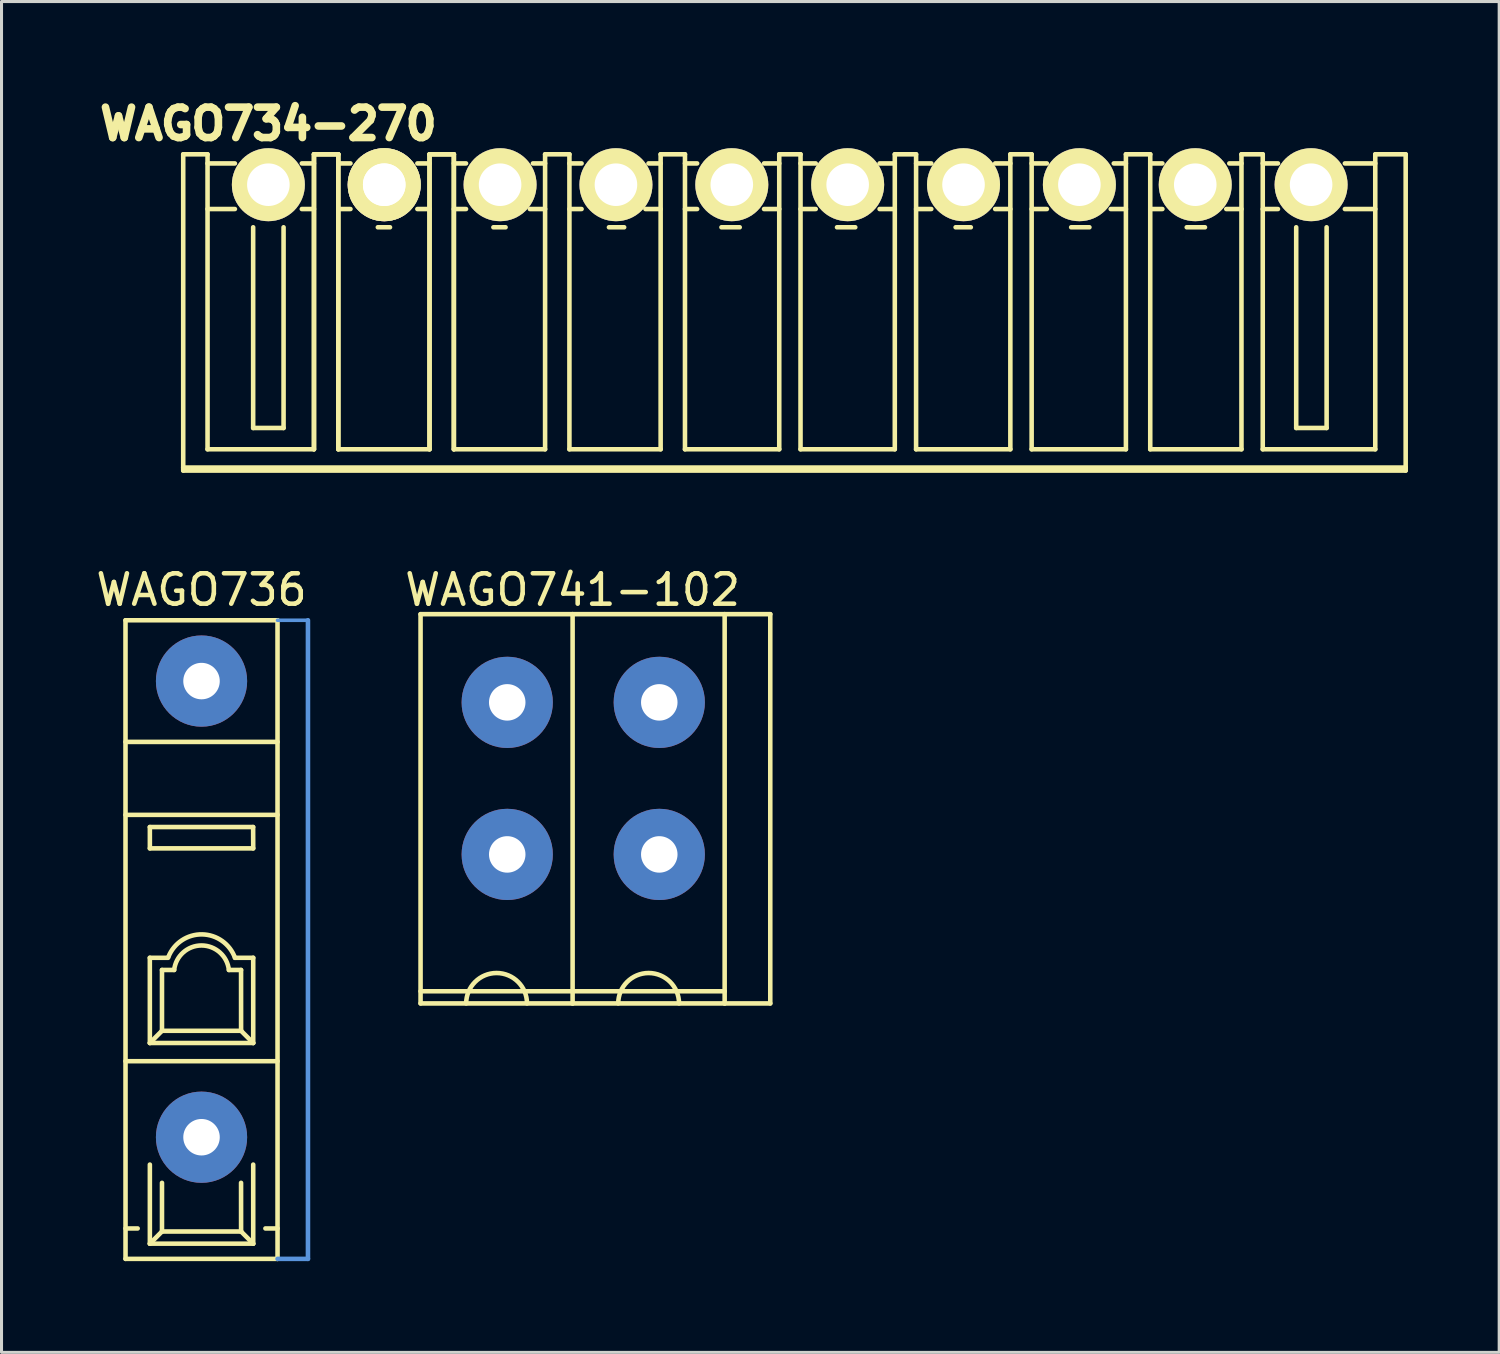
<source format=kicad_pcb>
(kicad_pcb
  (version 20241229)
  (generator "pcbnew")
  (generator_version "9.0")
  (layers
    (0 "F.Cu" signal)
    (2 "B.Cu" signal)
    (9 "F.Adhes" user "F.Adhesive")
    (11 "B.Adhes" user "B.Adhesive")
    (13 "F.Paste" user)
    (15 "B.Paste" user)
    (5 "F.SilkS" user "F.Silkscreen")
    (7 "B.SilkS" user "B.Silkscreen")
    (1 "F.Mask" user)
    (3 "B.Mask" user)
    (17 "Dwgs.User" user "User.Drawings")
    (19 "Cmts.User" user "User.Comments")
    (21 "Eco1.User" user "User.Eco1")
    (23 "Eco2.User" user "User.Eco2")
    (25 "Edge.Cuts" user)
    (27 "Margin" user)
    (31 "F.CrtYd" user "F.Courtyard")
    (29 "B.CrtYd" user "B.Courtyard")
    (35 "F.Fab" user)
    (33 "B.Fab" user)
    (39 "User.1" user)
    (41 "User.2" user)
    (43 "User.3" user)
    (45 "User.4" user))
  (footprint "WAGO741-102"
    (layer "F.Cu")
    (at 18.63 20.047)
    (property "Reference" "WAGO741-102" (at -2.85 -3.7 0) (layer "F.SilkS") (effects (font (size 1 1) (thickness 0.15))))
    (attr through_hole)
    (fp_line (start -7.85 -2.9) (end -7.85 9.9) (stroke (width 0.15) (type solid)) (layer "F.SilkS"))
    (fp_line (start -7.85 -2.9) (end -2.85 -2.9) (stroke (width 0.15) (type solid)) (layer "F.SilkS"))
    (fp_line (start -7.85 9.5) (end -2.85 9.5) (stroke (width 0.15) (type solid)) (layer "F.SilkS"))
    (fp_line (start -2.85 -2.9) (end -2.85 9.9) (stroke (width 0.15) (type solid)) (layer "F.SilkS"))
    (fp_line (start -2.85 -2.9) (end 2.15 -2.9) (stroke (width 0.15) (type solid)) (layer "F.SilkS"))
    (fp_line (start -2.85 9.5) (end 2.15 9.5) (stroke (width 0.15) (type solid)) (layer "F.SilkS"))
    (fp_line (start -2.85 9.9) (end -7.85 9.9) (stroke (width 0.15) (type solid)) (layer "F.SilkS"))
    (fp_line (start 2.15 -2.9) (end 2.15 9.9) (stroke (width 0.15) (type solid)) (layer "F.SilkS"))
    (fp_line (start 2.15 -2.9) (end 3.65 -2.9) (stroke (width 0.15) (type solid)) (layer "F.SilkS"))
    (fp_line (start 2.15 9.9) (end -2.85 9.9) (stroke (width 0.15) (type solid)) (layer "F.SilkS"))
    (fp_line (start 3.65 -2.9) (end 3.65 9.9) (stroke (width 0.15) (type solid)) (layer "F.SilkS"))
    (fp_line (start 3.65 9.9) (end 2.15 9.9) (stroke (width 0.15) (type solid)) (layer "F.SilkS"))
    (fp_arc (start -6.35 9.9) (mid -5.35 8.9) (end -4.35 9.9) (stroke (width 0.15) (type solid)) (layer "F.SilkS"))
    (fp_arc (start -1.35 9.9) (mid -0.35 8.9) (end 0.65 9.9) (stroke (width 0.15) (type solid)) (layer "F.SilkS"))
    (pad "1" thru_hole circle (at 0 0) (size 3 3) (drill 1.2) (layers "*.Cu" "*.Mask"))
    (pad "1" thru_hole circle (at 0 5) (size 3 3) (drill 1.2) (layers "*.Cu" "*.Mask"))
    (pad "2" thru_hole circle (at -5 0) (size 3 3) (drill 1.2) (layers "*.Cu" "*.Mask"))
    (pad "2" thru_hole circle (at -5 5) (size 3 3) (drill 1.2) (layers "*.Cu" "*.Mask")))
  (footprint "WAGO734-270"
    (layer "F.Cu")
    (at 5.775 3.024)
    (property "Reference" "WAGO734-270" (at 0 -2 0) (layer "F.SilkS") (effects (font (size 1 1) (thickness 0.25))))
    (attr through_hole)
    (fp_line (start -2.8 -1) (end -2.8 9.3) (stroke (width 0.15) (type solid)) (layer "F.SilkS"))
    (fp_line (start -2.8 -1) (end -2 -1) (stroke (width 0.15) (type solid)) (layer "F.SilkS"))
    (fp_line (start -2.8 9.3) (end -2.8 9.4) (stroke (width 0.15) (type solid)) (layer "F.SilkS"))
    (fp_line (start -2.8 9.3) (end 37.4 9.3) (stroke (width 0.15) (type solid)) (layer "F.SilkS"))
    (fp_line (start -2.8 9.4) (end 37.4 9.4) (stroke (width 0.15) (type solid)) (layer "F.SilkS"))
    (fp_line (start -2 -1) (end -2 8.7) (stroke (width 0.15) (type solid)) (layer "F.SilkS"))
    (fp_line (start -2 -0.7) (end -1.1 -0.7) (stroke (width 0.15) (type solid)) (layer "F.SilkS"))
    (fp_line (start -2 0.8) (end -1.1 0.8) (stroke (width 0.15) (type solid)) (layer "F.SilkS"))
    (fp_line (start -0.5 1.4) (end -0.5 8) (stroke (width 0.15) (type solid)) (layer "F.SilkS"))
    (fp_line (start -0.5 8) (end 0.5 8) (stroke (width 0.15) (type solid)) (layer "F.SilkS"))
    (fp_line (start 0.5 8) (end 0.5 1.4) (stroke (width 0.15) (type solid)) (layer "F.SilkS"))
    (fp_line (start 1.1 -0.7) (end 1.5 -0.7) (stroke (width 0.15) (type solid)) (layer "F.SilkS"))
    (fp_line (start 1.5 -1) (end 1.5 8.7) (stroke (width 0.15) (type solid)) (layer "F.SilkS"))
    (fp_line (start 1.5 -1) (end 1.5 8.7) (stroke (width 0.15) (type solid)) (layer "F.SilkS"))
    (fp_line (start 1.5 -1) (end 2.3 -1) (stroke (width 0.15) (type solid)) (layer "F.SilkS"))
    (fp_line (start 1.5 -1) (end 2.3 -1) (stroke (width 0.15) (type solid)) (layer "F.SilkS"))
    (fp_line (start 1.5 0.8) (end 1.1 0.8) (stroke (width 0.15) (type solid)) (layer "F.SilkS"))
    (fp_line (start 1.5 8.7) (end -2 8.7) (stroke (width 0.15) (type solid)) (layer "F.SilkS"))
    (fp_line (start 2.3 -1) (end 2.3 8.7) (stroke (width 0.15) (type solid)) (layer "F.SilkS"))
    (fp_line (start 2.3 -1) (end 2.3 8.7) (stroke (width 0.15) (type solid)) (layer "F.SilkS"))
    (fp_line (start 2.3 -0.7) (end 2.7 -0.7) (stroke (width 0.15) (type solid)) (layer "F.SilkS"))
    (fp_line (start 2.3 0.8) (end 2.7 0.8) (stroke (width 0.15) (type solid)) (layer "F.SilkS"))
    (fp_line (start 3.6 1.4) (end 4 1.4) (stroke (width 0.15) (type solid)) (layer "F.SilkS"))
    (fp_line (start 4.9 -0.7) (end 5.3 -0.7) (stroke (width 0.15) (type solid)) (layer "F.SilkS"))
    (fp_line (start 4.9 0.8) (end 5.3 0.8) (stroke (width 0.15) (type solid)) (layer "F.SilkS"))
    (fp_line (start 5.3 -1) (end 5.3 8.7) (stroke (width 0.15) (type solid)) (layer "F.SilkS"))
    (fp_line (start 5.3 -1) (end 5.3 8.7) (stroke (width 0.15) (type solid)) (layer "F.SilkS"))
    (fp_line (start 5.3 -1) (end 6.1 -1) (stroke (width 0.15) (type solid)) (layer "F.SilkS"))
    (fp_line (start 5.3 -1) (end 6.1 -1) (stroke (width 0.15) (type solid)) (layer "F.SilkS"))
    (fp_line (start 5.3 8.7) (end 2.3 8.7) (stroke (width 0.15) (type solid)) (layer "F.SilkS"))
    (fp_line (start 6.1 -1) (end 6.1 8.7) (stroke (width 0.15) (type solid)) (layer "F.SilkS"))
    (fp_line (start 6.1 -1) (end 6.1 8.7) (stroke (width 0.15) (type solid)) (layer "F.SilkS"))
    (fp_line (start 6.1 -0.7) (end 6.5 -0.7) (stroke (width 0.15) (type solid)) (layer "F.SilkS"))
    (fp_line (start 6.1 0.8) (end 6.5 0.8) (stroke (width 0.15) (type solid)) (layer "F.SilkS"))
    (fp_line (start 7.4 1.4) (end 7.8 1.4) (stroke (width 0.15) (type solid)) (layer "F.SilkS"))
    (fp_line (start 8.6 0.8) (end 9.1 0.8) (stroke (width 0.15) (type solid)) (layer "F.SilkS"))
    (fp_line (start 8.7 -0.7) (end 9.1 -0.7) (stroke (width 0.15) (type solid)) (layer "F.SilkS"))
    (fp_line (start 9.1 -1) (end 9.1 8.7) (stroke (width 0.15) (type solid)) (layer "F.SilkS"))
    (fp_line (start 9.1 -1) (end 9.9 -1) (stroke (width 0.15) (type solid)) (layer "F.SilkS"))
    (fp_line (start 9.1 8.7) (end 6.1 8.7) (stroke (width 0.15) (type solid)) (layer "F.SilkS"))
    (fp_line (start 9.9 -1) (end 9.9 8.7) (stroke (width 0.15) (type solid)) (layer "F.SilkS"))
    (fp_line (start 9.9 -0.7) (end 10.3 -0.7) (stroke (width 0.15) (type solid)) (layer "F.SilkS"))
    (fp_line (start 9.9 0.8) (end 10.3 0.8) (stroke (width 0.15) (type solid)) (layer "F.SilkS"))
    (fp_line (start 11.2 1.4) (end 11.7 1.4) (stroke (width 0.15) (type solid)) (layer "F.SilkS"))
    (fp_line (start 12.4 0.8) (end 12.9 0.8) (stroke (width 0.15) (type solid)) (layer "F.SilkS"))
    (fp_line (start 12.5 -0.7) (end 12.9 -0.7) (stroke (width 0.15) (type solid)) (layer "F.SilkS"))
    (fp_line (start 12.9 -1) (end 12.9 8.7) (stroke (width 0.15) (type solid)) (layer "F.SilkS"))
    (fp_line (start 12.9 8.7) (end 9.9 8.7) (stroke (width 0.15) (type solid)) (layer "F.SilkS"))
    (fp_line (start 13.7 -1) (end 12.9 -1) (stroke (width 0.15) (type solid)) (layer "F.SilkS"))
    (fp_line (start 13.7 -1) (end 13.7 8.7) (stroke (width 0.15) (type solid)) (layer "F.SilkS"))
    (fp_line (start 13.7 -0.7) (end 14.1 -0.7) (stroke (width 0.15) (type solid)) (layer "F.SilkS"))
    (fp_line (start 13.7 0.8) (end 14.1 0.8) (stroke (width 0.15) (type solid)) (layer "F.SilkS"))
    (fp_line (start 14.9 1.4) (end 15.5 1.4) (stroke (width 0.15) (type solid)) (layer "F.SilkS"))
    (fp_line (start 16.3 -0.7) (end 16.8 -0.7) (stroke (width 0.15) (type solid)) (layer "F.SilkS"))
    (fp_line (start 16.8 -1) (end 16.8 8.7) (stroke (width 0.15) (type solid)) (layer "F.SilkS"))
    (fp_line (start 16.8 -1) (end 17.5 -1) (stroke (width 0.15) (type solid)) (layer "F.SilkS"))
    (fp_line (start 16.8 0.8) (end 16.3 0.8) (stroke (width 0.15) (type solid)) (layer "F.SilkS"))
    (fp_line (start 16.8 8.7) (end 13.7 8.7) (stroke (width 0.15) (type solid)) (layer "F.SilkS"))
    (fp_line (start 17.5 -1) (end 17.5 8.7) (stroke (width 0.15) (type solid)) (layer "F.SilkS"))
    (fp_line (start 17.5 -0.7) (end 18 -0.7) (stroke (width 0.15) (type solid)) (layer "F.SilkS"))
    (fp_line (start 17.5 0.8) (end 18 0.8) (stroke (width 0.15) (type solid)) (layer "F.SilkS"))
    (fp_line (start 18.7 1.4) (end 19.3 1.4) (stroke (width 0.15) (type solid)) (layer "F.SilkS"))
    (fp_line (start 20.6 -1) (end 20.6 8.7) (stroke (width 0.15) (type solid)) (layer "F.SilkS"))
    (fp_line (start 20.6 -1) (end 21.3 -1) (stroke (width 0.15) (type solid)) (layer "F.SilkS"))
    (fp_line (start 20.6 -0.7) (end 20.1 -0.7) (stroke (width 0.15) (type solid)) (layer "F.SilkS"))
    (fp_line (start 20.6 0.8) (end 20.1 0.8) (stroke (width 0.15) (type solid)) (layer "F.SilkS"))
    (fp_line (start 20.6 8.7) (end 17.5 8.7) (stroke (width 0.15) (type solid)) (layer "F.SilkS"))
    (fp_line (start 21.3 -1) (end 21.3 8.7) (stroke (width 0.15) (type solid)) (layer "F.SilkS"))
    (fp_line (start 21.3 -0.7) (end 21.8 -0.7) (stroke (width 0.15) (type solid)) (layer "F.SilkS"))
    (fp_line (start 21.3 0.8) (end 21.8 0.8) (stroke (width 0.15) (type solid)) (layer "F.SilkS"))
    (fp_line (start 22.6 1.4) (end 23.1 1.4) (stroke (width 0.15) (type solid)) (layer "F.SilkS"))
    (fp_line (start 24.4 -1) (end 24.4 8.7) (stroke (width 0.15) (type solid)) (layer "F.SilkS"))
    (fp_line (start 24.4 -1) (end 25.1 -1) (stroke (width 0.15) (type solid)) (layer "F.SilkS"))
    (fp_line (start 24.4 -0.7) (end 23.9 -0.7) (stroke (width 0.15) (type solid)) (layer "F.SilkS"))
    (fp_line (start 24.4 0.8) (end 23.9 0.8) (stroke (width 0.15) (type solid)) (layer "F.SilkS"))
    (fp_line (start 24.4 8.7) (end 21.3 8.7) (stroke (width 0.15) (type solid)) (layer "F.SilkS"))
    (fp_line (start 25.1 -1) (end 25.1 8.7) (stroke (width 0.15) (type solid)) (layer "F.SilkS"))
    (fp_line (start 25.1 -0.7) (end 25.6 -0.7) (stroke (width 0.15) (type solid)) (layer "F.SilkS"))
    (fp_line (start 25.1 0.8) (end 25.6 0.8) (stroke (width 0.15) (type solid)) (layer "F.SilkS"))
    (fp_line (start 26.4 1.4) (end 27 1.4) (stroke (width 0.15) (type solid)) (layer "F.SilkS"))
    (fp_line (start 28.2 -1) (end 28.2 8.7) (stroke (width 0.15) (type solid)) (layer "F.SilkS"))
    (fp_line (start 28.2 -1) (end 29 -1) (stroke (width 0.15) (type solid)) (layer "F.SilkS"))
    (fp_line (start 28.2 -0.7) (end 27.8 -0.7) (stroke (width 0.15) (type solid)) (layer "F.SilkS"))
    (fp_line (start 28.2 0.8) (end 27.7 0.8) (stroke (width 0.15) (type solid)) (layer "F.SilkS"))
    (fp_line (start 28.2 8.7) (end 25.1 8.7) (stroke (width 0.15) (type solid)) (layer "F.SilkS"))
    (fp_line (start 29 -1) (end 29 8.7) (stroke (width 0.15) (type solid)) (layer "F.SilkS"))
    (fp_line (start 29 -0.7) (end 29.4 -0.7) (stroke (width 0.15) (type solid)) (layer "F.SilkS"))
    (fp_line (start 29 0.8) (end 29.4 0.8) (stroke (width 0.15) (type solid)) (layer "F.SilkS"))
    (fp_line (start 30.2 1.4) (end 30.8 1.4) (stroke (width 0.15) (type solid)) (layer "F.SilkS"))
    (fp_line (start 32 -1) (end 32 8.7) (stroke (width 0.15) (type solid)) (layer "F.SilkS"))
    (fp_line (start 32 -1) (end 32.7 -1) (stroke (width 0.15) (type solid)) (layer "F.SilkS"))
    (fp_line (start 32 -0.7) (end 31.6 -0.7) (stroke (width 0.15) (type solid)) (layer "F.SilkS"))
    (fp_line (start 32 0.8) (end 31.5 0.8) (stroke (width 0.15) (type solid)) (layer "F.SilkS"))
    (fp_line (start 32 8.7) (end 29 8.7) (stroke (width 0.15) (type solid)) (layer "F.SilkS"))
    (fp_line (start 32.7 -1) (end 32.7 8.7) (stroke (width 0.15) (type solid)) (layer "F.SilkS"))
    (fp_line (start 32.7 -0.7) (end 33.2 -0.7) (stroke (width 0.15) (type solid)) (layer "F.SilkS"))
    (fp_line (start 32.7 0.8) (end 33.2 0.8) (stroke (width 0.15) (type solid)) (layer "F.SilkS"))
    (fp_line (start 33.8 1.4) (end 33.8 8) (stroke (width 0.15) (type solid)) (layer "F.SilkS"))
    (fp_line (start 33.8 8) (end 34.8 8) (stroke (width 0.15) (type solid)) (layer "F.SilkS"))
    (fp_line (start 34.8 8) (end 34.8 1.4) (stroke (width 0.15) (type solid)) (layer "F.SilkS"))
    (fp_line (start 35.4 -0.7) (end 36.4 -0.7) (stroke (width 0.15) (type solid)) (layer "F.SilkS"))
    (fp_line (start 35.4 0.8) (end 36.4 0.8) (stroke (width 0.15) (type solid)) (layer "F.SilkS"))
    (fp_line (start 36.4 -1) (end 37.4 -1) (stroke (width 0.15) (type solid)) (layer "F.SilkS"))
    (fp_line (start 36.4 8.7) (end 32.7 8.7) (stroke (width 0.15) (type solid)) (layer "F.SilkS"))
    (fp_line (start 36.4 8.7) (end 36.4 -1) (stroke (width 0.15) (type solid)) (layer "F.SilkS"))
    (fp_line (start 37.4 -1) (end 37.4 9.3) (stroke (width 0.15) (type solid)) (layer "F.SilkS"))
    (fp_line (start 37.4 9.3) (end 37.4 9.4) (stroke (width 0.15) (type solid)) (layer "F.SilkS"))
    (pad "1" thru_hole circle (at 0 0) (size 2.4 2.4) (drill 1.4) (layers "*.Cu" "*.Mask" "F.SilkS"))
    (pad "2" thru_hole circle (at 3.81 0) (size 2.4 2.4) (drill 1.4) (layers "*.Cu" "*.Mask" "F.SilkS"))
    (pad "2" thru_hole circle (at 3.81 0) (size 2.4 2.4) (drill 1.4) (layers "*.Cu" "*.Mask" "F.SilkS"))
    (pad "3" thru_hole circle (at 7.62 0) (size 2.4 2.4) (drill 1.4) (layers "*.Cu" "*.Mask" "F.SilkS"))
    (pad "4" thru_hole circle (at 11.43 0) (size 2.4 2.4) (drill 1.4) (layers "*.Cu" "*.Mask" "F.SilkS"))
    (pad "5" thru_hole circle (at 15.24 0) (size 2.4 2.4) (drill 1.4) (layers "*.Cu" "*.Mask" "F.SilkS"))
    (pad "6" thru_hole circle (at 19.05 0) (size 2.4 2.4) (drill 1.4) (layers "*.Cu" "*.Mask" "F.SilkS"))
    (pad "7" thru_hole circle (at 22.86 0) (size 2.4 2.4) (drill 1.4) (layers "*.Cu" "*.Mask" "F.SilkS"))
    (pad "8" thru_hole circle (at 26.67 0) (size 2.4 2.4) (drill 1.4) (layers "*.Cu" "*.Mask" "F.SilkS"))
    (pad "9" thru_hole circle (at 30.48 0) (size 2.4 2.4) (drill 1.4) (layers "*.Cu" "*.Mask" "F.SilkS"))
    (pad "10" thru_hole circle (at 34.29 0) (size 2.4 2.4) (drill 1.4) (layers "*.Cu" "*.Mask" "F.SilkS")))
  (footprint "WAGO736"
    (layer "F.Cu")
    (at 3.577 34.347)
    (property "Reference" "WAGO736" (at 0 -18 0) (layer "F.SilkS") (effects (font (size 1 1) (thickness 0.15))))
    (attr through_hole)
    (fp_line (start -2.5 -17) (end 2.499 -17) (stroke (width 0.15) (type solid)) (layer "F.SilkS"))
    (fp_line (start -2.5 -13) (end 2.5 -13) (stroke (width 0.15) (type solid)) (layer "F.SilkS"))
    (fp_line (start -2.5 -2.5) (end 2.5 -2.5) (stroke (width 0.15) (type solid)) (layer "F.SilkS"))
    (fp_line (start -2.499 3) (end -2.1 3) (stroke (width 0.15) (type solid)) (layer "F.SilkS"))
    (fp_line (start -2.499 4) (end -2.5 -17) (stroke (width 0.15) (type solid)) (layer "F.SilkS"))
    (fp_line (start -2.499 4) (end 2.5 4) (stroke (width 0.15) (type solid)) (layer "F.SilkS"))
    (fp_line (start -1.699 -10.2) (end -1.699 -9.499) (stroke (width 0.15) (type solid)) (layer "F.SilkS"))
    (fp_line (start -1.699 -9.499) (end 1.7 -9.499) (stroke (width 0.15) (type solid)) (layer "F.SilkS"))
    (fp_line (start -1.699 -3.099) (end -1.7 -5.9) (stroke (width 0.15) (type solid)) (layer "F.SilkS"))
    (fp_line (start -1.699 -3.099) (end -1.3 -3.5) (stroke (width 0.15) (type solid)) (layer "F.SilkS"))
    (fp_line (start -1.699 3.501) (end -1.699 0.9) (stroke (width 0.15) (type solid)) (layer "F.SilkS"))
    (fp_line (start -1.699 3.501) (end -1.3 3.1) (stroke (width 0.15) (type solid)) (layer "F.SilkS"))
    (fp_line (start -1.3 -3.5) (end -1.3 -5.5) (stroke (width 0.15) (type solid)) (layer "F.SilkS"))
    (fp_line (start -1.3 3.1) (end -1.3 1.5) (stroke (width 0.15) (type solid)) (layer "F.SilkS"))
    (fp_line (start -1.1 -5.9) (end -1.7 -5.9) (stroke (width 0.15) (type solid)) (layer "F.SilkS"))
    (fp_line (start -0.9 -5.5) (end -1.3 -5.5) (stroke (width 0.15) (type solid)) (layer "F.SilkS"))
    (fp_line (start 0.9 -5.5) (end 1.3 -5.5) (stroke (width 0.15) (type solid)) (layer "F.SilkS"))
    (fp_line (start 1.1 -5.9) (end 1.7 -5.9) (stroke (width 0.15) (type solid)) (layer "F.SilkS"))
    (fp_line (start 1.301 -3.5) (end -1.3 -3.5) (stroke (width 0.15) (type solid)) (layer "F.SilkS"))
    (fp_line (start 1.301 -3.5) (end 1.3 -5.5) (stroke (width 0.15) (type solid)) (layer "F.SilkS"))
    (fp_line (start 1.301 3.1) (end -1.3 3.1) (stroke (width 0.15) (type solid)) (layer "F.SilkS"))
    (fp_line (start 1.301 3.1) (end 1.3 1.5) (stroke (width 0.15) (type solid)) (layer "F.SilkS"))
    (fp_line (start 1.697 -10.2) (end -1.7 -10.2) (stroke (width 0.15) (type solid)) (layer "F.SilkS"))
    (fp_line (start 1.7 -9.499) (end 1.697 -10.2) (stroke (width 0.15) (type solid)) (layer "F.SilkS"))
    (fp_line (start 1.7 -5.9) (end 1.7 -3.099) (stroke (width 0.15) (type solid)) (layer "F.SilkS"))
    (fp_line (start 1.7 -3.099) (end -1.699 -3.099) (stroke (width 0.15) (type solid)) (layer "F.SilkS"))
    (fp_line (start 1.7 -3.099) (end 1.301 -3.5) (stroke (width 0.15) (type solid)) (layer "F.SilkS"))
    (fp_line (start 1.7 3.501) (end -1.699 3.501) (stroke (width 0.15) (type solid)) (layer "F.SilkS"))
    (fp_line (start 1.7 3.501) (end 1.301 3.1) (stroke (width 0.15) (type solid)) (layer "F.SilkS"))
    (fp_line (start 1.7 0.9) (end 1.7 3.501) (stroke (width 0.15) (type solid)) (layer "F.SilkS"))
    (fp_line (start 2.101 3) (end 2.5 3) (stroke (width 0.15) (type solid)) (layer "F.SilkS"))
    (fp_line (start 2.499 -17) (end 2.5 4) (stroke (width 0.15) (type solid)) (layer "F.SilkS"))
    (fp_line (start 2.5 -10.6) (end -2.5 -10.6) (stroke (width 0.15) (type solid)) (layer "F.SilkS"))
    (fp_arc (start -1.086754 -5.934703) (mid 0.018573 -6.670324) (end 1.1 -5.9) (stroke (width 0.15) (type solid)) (layer "F.SilkS"))
    (fp_arc (start -0.9 -5.5) (mid 0 -6.305539) (end 0.9 -5.5) (stroke (width 0.15) (type solid)) (layer "F.SilkS"))
    (fp_line (start 3.5 -17) (end 2.5 -17) (stroke (width 0.12) (type solid)) (layer "Cmts.User"))
    (fp_line (start 3.5 4) (end 2.5 4) (stroke (width 0.15) (type solid)) (layer "Cmts.User"))
    (fp_line (start 3.5 4) (end 3.5 -17) (stroke (width 0.15) (type solid)) (layer "Cmts.User"))
    (pad "1" thru_hole circle (at 0 -15) (size 3 3) (drill 1.2) (layers "*.Cu" "*.Mask"))
    (pad "1A" thru_hole circle (at 0 0) (size 3 3) (drill 1.2) (layers "*.Cu" "*.Mask")))
  (gr_rect
    (start -3 -3)
    (end 46.25 41.422)
    (stroke (width 0.1) (type default))
    (fill no)
    (layer "Edge.Cuts")))
</source>
